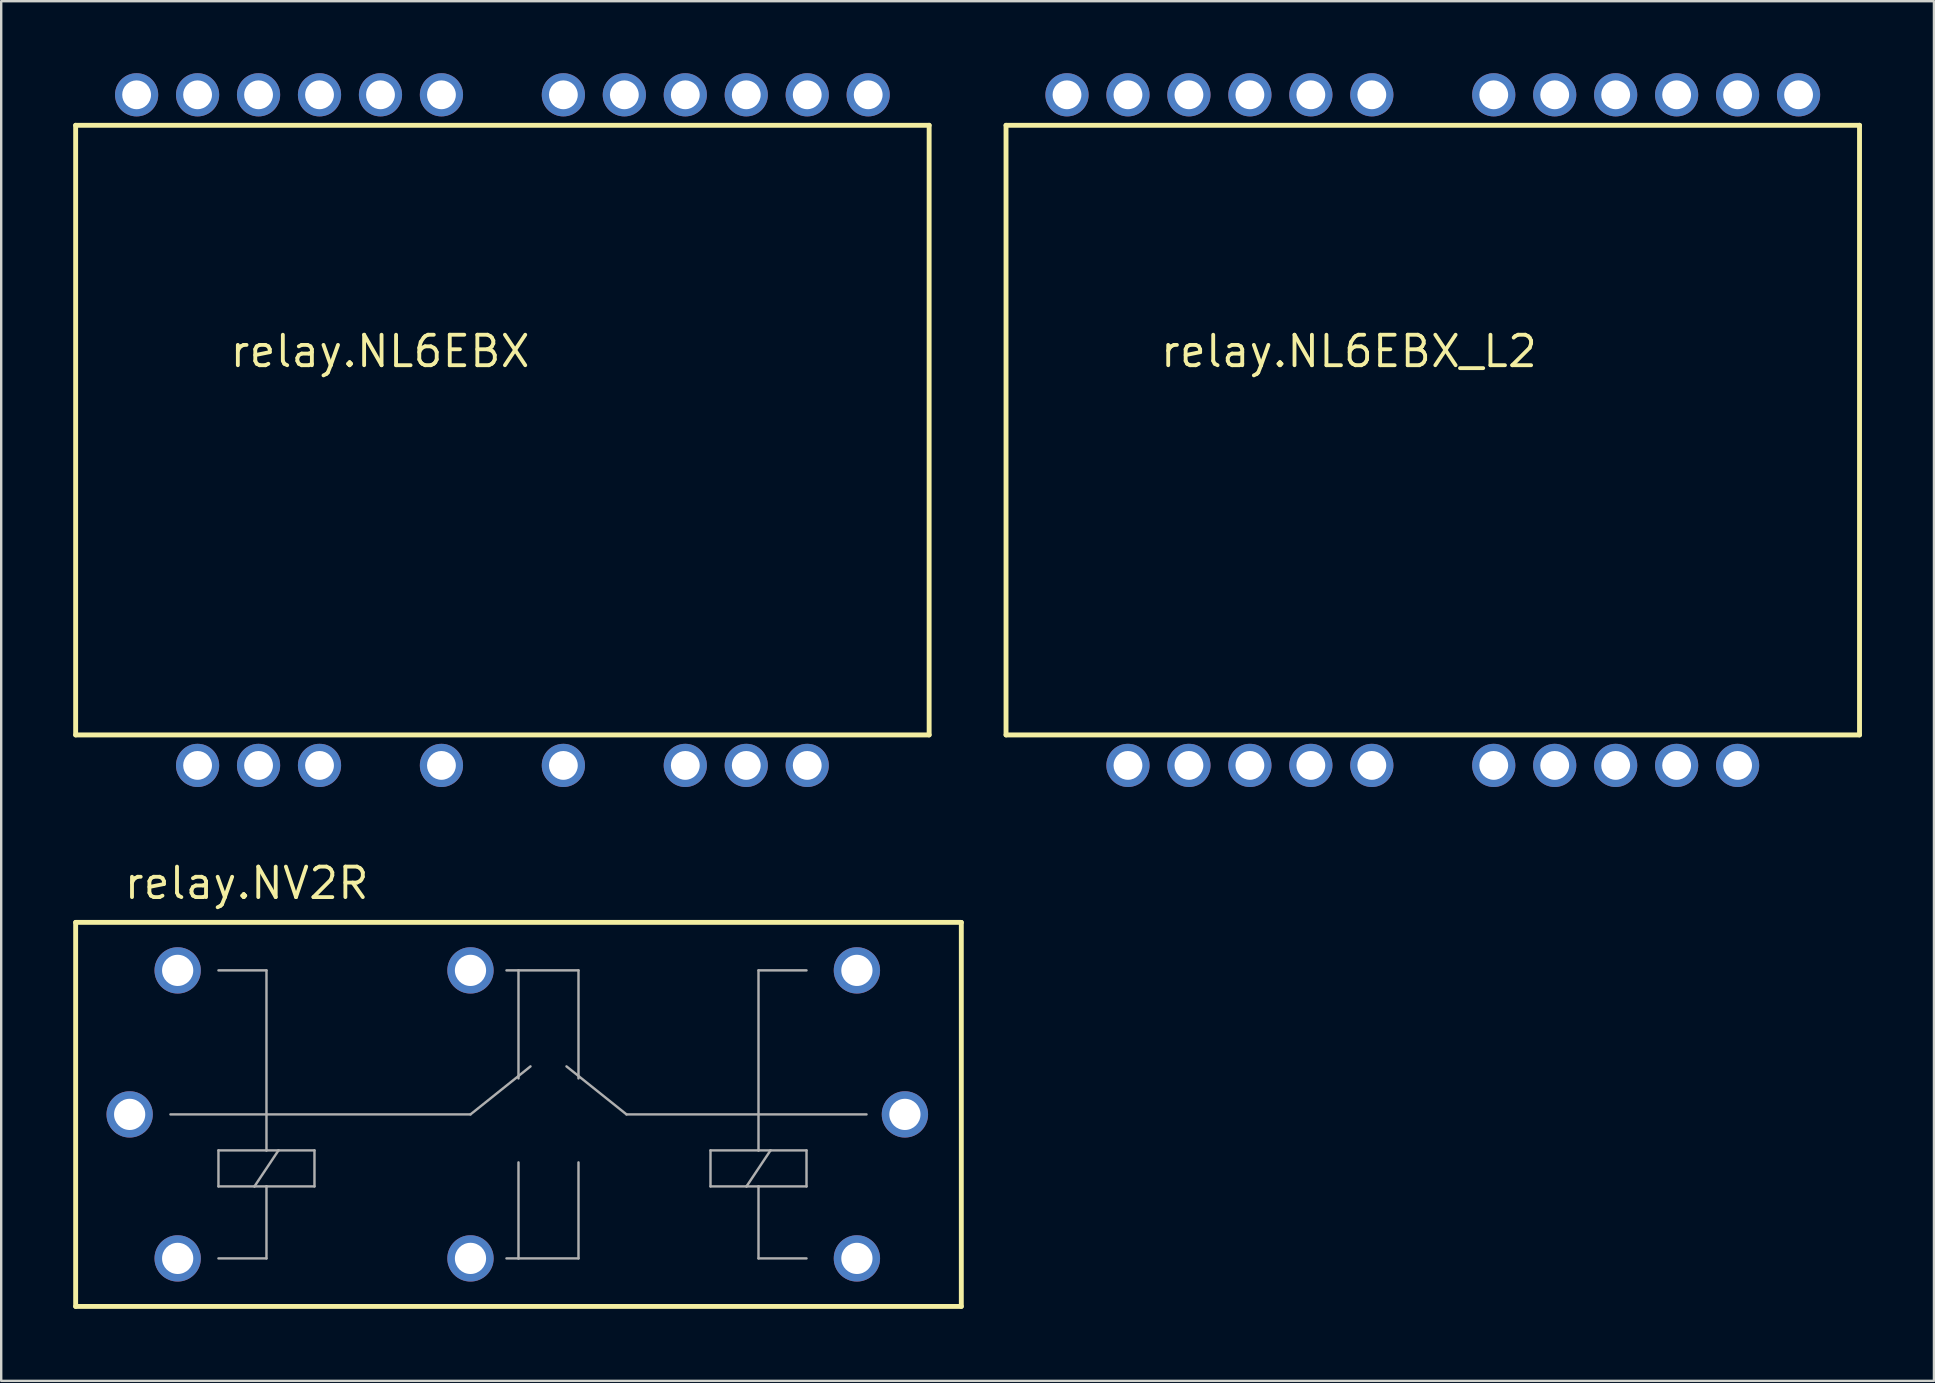
<source format=kicad_pcb>
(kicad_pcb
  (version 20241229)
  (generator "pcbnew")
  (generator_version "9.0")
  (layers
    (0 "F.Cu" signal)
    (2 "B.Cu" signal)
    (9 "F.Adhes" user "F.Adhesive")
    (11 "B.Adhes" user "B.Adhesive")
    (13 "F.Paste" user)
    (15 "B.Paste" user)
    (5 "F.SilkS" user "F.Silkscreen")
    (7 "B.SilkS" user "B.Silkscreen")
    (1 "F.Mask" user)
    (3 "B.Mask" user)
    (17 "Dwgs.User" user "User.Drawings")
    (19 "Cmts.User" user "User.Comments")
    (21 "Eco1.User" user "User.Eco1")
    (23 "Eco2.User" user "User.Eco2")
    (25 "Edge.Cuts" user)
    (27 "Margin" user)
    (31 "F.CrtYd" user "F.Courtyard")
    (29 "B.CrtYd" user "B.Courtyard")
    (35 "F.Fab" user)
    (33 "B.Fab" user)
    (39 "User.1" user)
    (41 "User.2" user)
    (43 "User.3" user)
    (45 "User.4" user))
  (footprint "relay.NV2R"
    (layer "F.Cu")
    (at 18.552 43.38)
    (property "Reference" "relay.NV2R" (at -16.51 -8.89 0) (layer "F.SilkS") (effects (font (size 1.27 1.27) (thickness 0.16)) (justify left bottom)))
    (attr through_hole)
    (fp_line (start -18.45 -8) (end 18.45 -8) (stroke (width 0.203) (type default)) (layer "F.SilkS"))
    (fp_line (start -18.45 8) (end -18.45 -8) (stroke (width 0.203) (type default)) (layer "F.SilkS"))
    (fp_line (start 18.45 -8) (end 18.45 8) (stroke (width 0.203) (type default)) (layer "F.SilkS"))
    (fp_line (start 18.45 8) (end -18.45 8) (stroke (width 0.203) (type default)) (layer "F.SilkS"))
    (fp_line (start -14.5 0) (end -2 0) (stroke (width 0.102) (type default)) (layer "F.Fab"))
    (fp_line (start -12.5 -6) (end -10.5 -6) (stroke (width 0.102) (type default)) (layer "F.Fab"))
    (fp_line (start -12.5 1.5) (end -12.5 3) (stroke (width 0.102) (type default)) (layer "F.Fab"))
    (fp_line (start -12.5 3) (end -11 3) (stroke (width 0.102) (type default)) (layer "F.Fab"))
    (fp_line (start -11 3) (end -10.5 3) (stroke (width 0.102) (type default)) (layer "F.Fab"))
    (fp_line (start -10.5 -6) (end -10.5 1.5) (stroke (width 0.102) (type default)) (layer "F.Fab"))
    (fp_line (start -10.5 1.5) (end -12.5 1.5) (stroke (width 0.102) (type default)) (layer "F.Fab"))
    (fp_line (start -10.5 3) (end -10.5 6) (stroke (width 0.102) (type default)) (layer "F.Fab"))
    (fp_line (start -10.5 3) (end -8.5 3) (stroke (width 0.102) (type default)) (layer "F.Fab"))
    (fp_line (start -10.5 6) (end -12.5 6) (stroke (width 0.102) (type default)) (layer "F.Fab"))
    (fp_line (start -10 1.5) (end -11 3) (stroke (width 0.102) (type default)) (layer "F.Fab"))
    (fp_line (start -10 1.5) (end -10.5 1.5) (stroke (width 0.102) (type default)) (layer "F.Fab"))
    (fp_line (start -8.5 1.5) (end -10 1.5) (stroke (width 0.102) (type default)) (layer "F.Fab"))
    (fp_line (start -8.5 3) (end -8.5 1.5) (stroke (width 0.102) (type default)) (layer "F.Fab"))
    (fp_line (start -2 0) (end 0.5 -2) (stroke (width 0.102) (type default)) (layer "F.Fab"))
    (fp_line (start -0.5 -6) (end 0 -6) (stroke (width 0.102) (type default)) (layer "F.Fab"))
    (fp_line (start -0.5 6) (end 0 6) (stroke (width 0.102) (type default)) (layer "F.Fab"))
    (fp_line (start 0 -6) (end 2.5 -6) (stroke (width 0.102) (type default)) (layer "F.Fab"))
    (fp_line (start 0 -1.5) (end 0 -6) (stroke (width 0.102) (type default)) (layer "F.Fab"))
    (fp_line (start 0 6) (end 0 2) (stroke (width 0.102) (type default)) (layer "F.Fab"))
    (fp_line (start 0 6) (end 2.5 6) (stroke (width 0.102) (type default)) (layer "F.Fab"))
    (fp_line (start 2 -2) (end 4.5 0) (stroke (width 0.102) (type default)) (layer "F.Fab"))
    (fp_line (start 2.5 -6) (end 2.5 -1.5) (stroke (width 0.102) (type default)) (layer "F.Fab"))
    (fp_line (start 2.5 6) (end 2.5 2) (stroke (width 0.102) (type default)) (layer "F.Fab"))
    (fp_line (start 4.5 0) (end 14.5 0) (stroke (width 0.102) (type default)) (layer "F.Fab"))
    (fp_line (start 8 1.5) (end 8 3) (stroke (width 0.102) (type default)) (layer "F.Fab"))
    (fp_line (start 8 3) (end 9.5 3) (stroke (width 0.102) (type default)) (layer "F.Fab"))
    (fp_line (start 9.5 3) (end 10 3) (stroke (width 0.102) (type default)) (layer "F.Fab"))
    (fp_line (start 9.5 3) (end 10.5 1.5) (stroke (width 0.102) (type default)) (layer "F.Fab"))
    (fp_line (start 10 -6) (end 12 -6) (stroke (width 0.102) (type default)) (layer "F.Fab"))
    (fp_line (start 10 1.5) (end 8 1.5) (stroke (width 0.102) (type default)) (layer "F.Fab"))
    (fp_line (start 10 1.5) (end 10 -6) (stroke (width 0.102) (type default)) (layer "F.Fab"))
    (fp_line (start 10 3) (end 12 3) (stroke (width 0.102) (type default)) (layer "F.Fab"))
    (fp_line (start 10 6) (end 10 3) (stroke (width 0.102) (type default)) (layer "F.Fab"))
    (fp_line (start 10.5 1.5) (end 10 1.5) (stroke (width 0.102) (type default)) (layer "F.Fab"))
    (fp_line (start 12 1.5) (end 10.5 1.5) (stroke (width 0.102) (type default)) (layer "F.Fab"))
    (fp_line (start 12 3) (end 12 1.5) (stroke (width 0.102) (type default)) (layer "F.Fab"))
    (fp_line (start 12 6) (end 10 6) (stroke (width 0.102) (type default)) (layer "F.Fab"))
    (pad "+" thru_hole circle (at -2 6 180) (size 1.93 1.93) (drill 1.3) (layers "*.Cu" "*.Mask"))
    (pad "-" thru_hole circle (at -2 -6 180) (size 1.93 1.93) (drill 1.3) (layers "*.Cu" "*.Mask"))
    (pad "A" thru_hole circle (at -16.2 0 180) (size 1.93 1.93) (drill 1.3) (layers "*.Cu" "*.Mask"))
    (pad "A+" thru_hole circle (at -14.2 6 180) (size 1.93 1.93) (drill 1.3) (layers "*.Cu" "*.Mask"))
    (pad "A-" thru_hole circle (at -14.2 -6 180) (size 1.93 1.93) (drill 1.3) (layers "*.Cu" "*.Mask"))
    (pad "B" thru_hole circle (at 16.1 0 180) (size 1.93 1.93) (drill 1.3) (layers "*.Cu" "*.Mask"))
    (pad "B+" thru_hole circle (at 14.1 6 180) (size 1.93 1.93) (drill 1.3) (layers "*.Cu" "*.Mask"))
    (pad "B-" thru_hole circle (at 14.1 -6 180) (size 1.93 1.93) (drill 1.3) (layers "*.Cu" "*.Mask")))
  (footprint "relay.NL6EBX"
    (layer "F.Cu")
    (at 17.882 14.87)
    (property "Reference" "relay.NL6EBX" (at -11.43 -2.54 0) (layer "F.SilkS") (effects (font (size 1.27 1.27) (thickness 0.16)) (justify left bottom)))
    (attr through_hole)
    (fp_line (start -17.78 -12.7) (end 17.78 -12.7) (stroke (width 0.203) (type default)) (layer "F.SilkS"))
    (fp_line (start -17.78 12.7) (end -17.78 -12.7) (stroke (width 0.203) (type default)) (layer "F.SilkS"))
    (fp_line (start 17.78 -12.7) (end 17.78 12.7) (stroke (width 0.203) (type default)) (layer "F.SilkS"))
    (fp_line (start 17.78 12.7) (end -17.78 12.7) (stroke (width 0.203) (type default)) (layer "F.SilkS"))
    (pad "1" thru_hole circle (at -12.7 13.97) (size 1.8 1.8) (drill 1.2) (layers "*.Cu" "*.Mask"))
    (pad "2" thru_hole circle (at -10.16 13.97) (size 1.8 1.8) (drill 1.2) (layers "*.Cu" "*.Mask"))
    (pad "3" thru_hole circle (at -7.62 13.97) (size 1.8 1.8) (drill 1.2) (layers "*.Cu" "*.Mask"))
    (pad "5" thru_hole circle (at -2.54 13.97) (size 1.8 1.8) (drill 1.2) (layers "*.Cu" "*.Mask"))
    (pad "6" thru_hole circle (at 2.54 13.97) (size 1.8 1.8) (drill 1.2) (layers "*.Cu" "*.Mask"))
    (pad "8" thru_hole circle (at 7.62 13.97) (size 1.8 1.8) (drill 1.2) (layers "*.Cu" "*.Mask"))
    (pad "9" thru_hole circle (at 10.16 13.97) (size 1.8 1.8) (drill 1.2) (layers "*.Cu" "*.Mask"))
    (pad "10" thru_hole circle (at 12.7 13.97) (size 1.8 1.8) (drill 1.2) (layers "*.Cu" "*.Mask"))
    (pad "11" thru_hole circle (at 15.24 -13.97 180) (size 1.8 1.8) (drill 1.2) (layers "*.Cu" "*.Mask"))
    (pad "12" thru_hole circle (at 12.7 -13.97 180) (size 1.8 1.8) (drill 1.2) (layers "*.Cu" "*.Mask"))
    (pad "13" thru_hole circle (at 10.16 -13.97 180) (size 1.8 1.8) (drill 1.2) (layers "*.Cu" "*.Mask"))
    (pad "14" thru_hole circle (at 7.62 -13.97 180) (size 1.8 1.8) (drill 1.2) (layers "*.Cu" "*.Mask"))
    (pad "15" thru_hole circle (at 5.08 -13.97 180) (size 1.8 1.8) (drill 1.2) (layers "*.Cu" "*.Mask"))
    (pad "16" thru_hole circle (at 2.54 -13.97 180) (size 1.8 1.8) (drill 1.2) (layers "*.Cu" "*.Mask"))
    (pad "17" thru_hole circle (at -2.54 -13.97 180) (size 1.8 1.8) (drill 1.2) (layers "*.Cu" "*.Mask"))
    (pad "18" thru_hole circle (at -5.08 -13.97 180) (size 1.8 1.8) (drill 1.2) (layers "*.Cu" "*.Mask"))
    (pad "19" thru_hole circle (at -7.62 -13.97 180) (size 1.8 1.8) (drill 1.2) (layers "*.Cu" "*.Mask"))
    (pad "20" thru_hole circle (at -10.16 -13.97 180) (size 1.8 1.8) (drill 1.2) (layers "*.Cu" "*.Mask"))
    (pad "21" thru_hole circle (at -12.7 -13.97 180) (size 1.8 1.8) (drill 1.2) (layers "*.Cu" "*.Mask"))
    (pad "22" thru_hole circle (at -15.24 -13.97 180) (size 1.8 1.8) (drill 1.2) (layers "*.Cu" "*.Mask")))
  (footprint "relay.NL6EBX_L2"
    (layer "F.Cu")
    (at 56.645 14.87)
    (property "Reference" "relay.NL6EBX_L2" (at -11.43 -2.54 0) (layer "F.SilkS") (effects (font (size 1.27 1.27) (thickness 0.16)) (justify left bottom)))
    (attr through_hole)
    (fp_line (start -17.78 -12.7) (end 17.78 -12.7) (stroke (width 0.203) (type default)) (layer "F.SilkS"))
    (fp_line (start -17.78 12.7) (end -17.78 -12.7) (stroke (width 0.203) (type default)) (layer "F.SilkS"))
    (fp_line (start 17.78 -12.7) (end 17.78 12.7) (stroke (width 0.203) (type default)) (layer "F.SilkS"))
    (fp_line (start 17.78 12.7) (end -17.78 12.7) (stroke (width 0.203) (type default)) (layer "F.SilkS"))
    (pad "1" thru_hole circle (at -12.7 13.97) (size 1.8 1.8) (drill 1.2) (layers "*.Cu" "*.Mask"))
    (pad "2" thru_hole circle (at -10.16 13.97) (size 1.8 1.8) (drill 1.2) (layers "*.Cu" "*.Mask"))
    (pad "3" thru_hole circle (at -7.62 13.97) (size 1.8 1.8) (drill 1.2) (layers "*.Cu" "*.Mask"))
    (pad "4" thru_hole circle (at -5.08 13.97) (size 1.8 1.8) (drill 1.2) (layers "*.Cu" "*.Mask"))
    (pad "5" thru_hole circle (at -2.54 13.97) (size 1.8 1.8) (drill 1.2) (layers "*.Cu" "*.Mask"))
    (pad "6" thru_hole circle (at 2.54 13.97) (size 1.8 1.8) (drill 1.2) (layers "*.Cu" "*.Mask"))
    (pad "7" thru_hole circle (at 5.08 13.97) (size 1.8 1.8) (drill 1.2) (layers "*.Cu" "*.Mask"))
    (pad "8" thru_hole circle (at 7.62 13.97) (size 1.8 1.8) (drill 1.2) (layers "*.Cu" "*.Mask"))
    (pad "9" thru_hole circle (at 10.16 13.97) (size 1.8 1.8) (drill 1.2) (layers "*.Cu" "*.Mask"))
    (pad "10" thru_hole circle (at 12.7 13.97) (size 1.8 1.8) (drill 1.2) (layers "*.Cu" "*.Mask"))
    (pad "11" thru_hole circle (at 15.24 -13.97 180) (size 1.8 1.8) (drill 1.2) (layers "*.Cu" "*.Mask"))
    (pad "12" thru_hole circle (at 12.7 -13.97 180) (size 1.8 1.8) (drill 1.2) (layers "*.Cu" "*.Mask"))
    (pad "13" thru_hole circle (at 10.16 -13.97 180) (size 1.8 1.8) (drill 1.2) (layers "*.Cu" "*.Mask"))
    (pad "14" thru_hole circle (at 7.62 -13.97 180) (size 1.8 1.8) (drill 1.2) (layers "*.Cu" "*.Mask"))
    (pad "15" thru_hole circle (at 5.08 -13.97 180) (size 1.8 1.8) (drill 1.2) (layers "*.Cu" "*.Mask"))
    (pad "16" thru_hole circle (at 2.54 -13.97 180) (size 1.8 1.8) (drill 1.2) (layers "*.Cu" "*.Mask"))
    (pad "17" thru_hole circle (at -2.54 -13.97 180) (size 1.8 1.8) (drill 1.2) (layers "*.Cu" "*.Mask"))
    (pad "18" thru_hole circle (at -5.08 -13.97 180) (size 1.8 1.8) (drill 1.2) (layers "*.Cu" "*.Mask"))
    (pad "19" thru_hole circle (at -7.62 -13.97 180) (size 1.8 1.8) (drill 1.2) (layers "*.Cu" "*.Mask"))
    (pad "20" thru_hole circle (at -10.16 -13.97 180) (size 1.8 1.8) (drill 1.2) (layers "*.Cu" "*.Mask"))
    (pad "21" thru_hole circle (at -12.7 -13.97 180) (size 1.8 1.8) (drill 1.2) (layers "*.Cu" "*.Mask"))
    (pad "22" thru_hole circle (at -15.24 -13.97 180) (size 1.8 1.8) (drill 1.2) (layers "*.Cu" "*.Mask")))
  (gr_rect
    (start -3 -3)
    (end 77.526 54.482)
    (stroke (width 0.1) (type default))
    (fill no)
    (layer "Edge.Cuts")))
</source>
